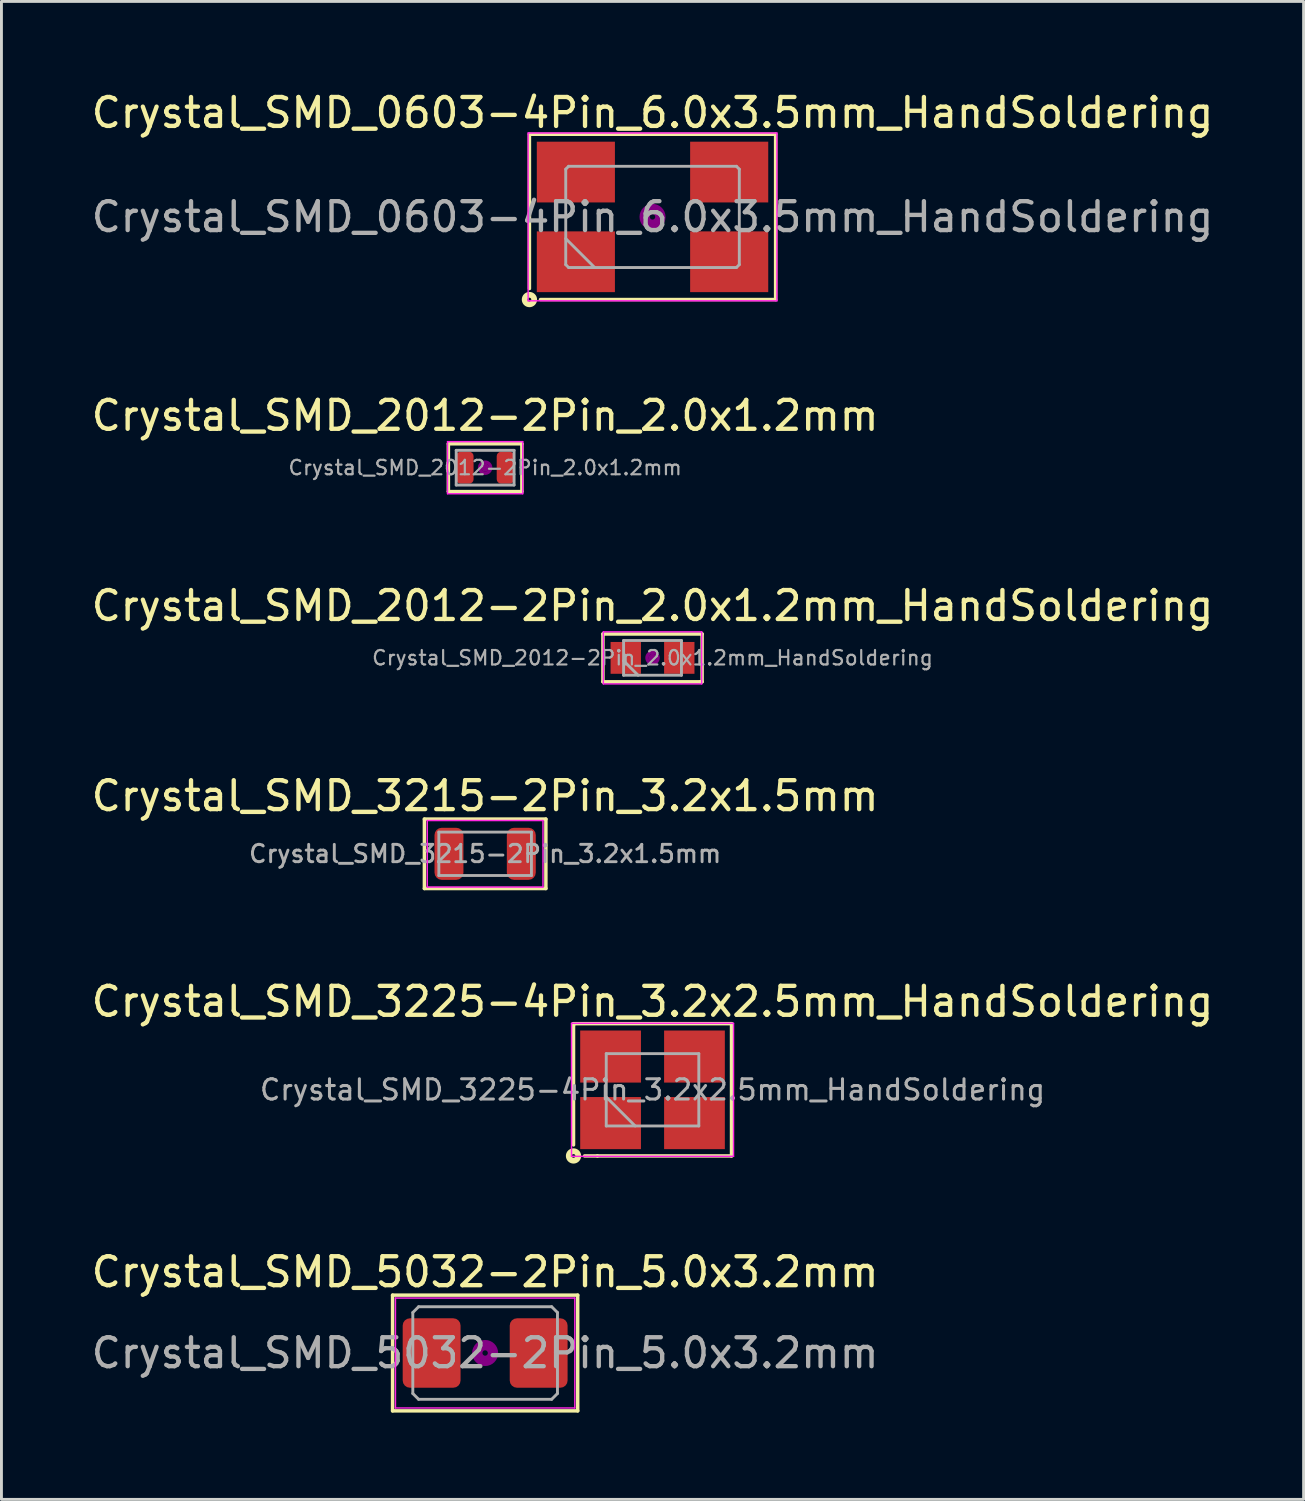
<source format=kicad_pcb>
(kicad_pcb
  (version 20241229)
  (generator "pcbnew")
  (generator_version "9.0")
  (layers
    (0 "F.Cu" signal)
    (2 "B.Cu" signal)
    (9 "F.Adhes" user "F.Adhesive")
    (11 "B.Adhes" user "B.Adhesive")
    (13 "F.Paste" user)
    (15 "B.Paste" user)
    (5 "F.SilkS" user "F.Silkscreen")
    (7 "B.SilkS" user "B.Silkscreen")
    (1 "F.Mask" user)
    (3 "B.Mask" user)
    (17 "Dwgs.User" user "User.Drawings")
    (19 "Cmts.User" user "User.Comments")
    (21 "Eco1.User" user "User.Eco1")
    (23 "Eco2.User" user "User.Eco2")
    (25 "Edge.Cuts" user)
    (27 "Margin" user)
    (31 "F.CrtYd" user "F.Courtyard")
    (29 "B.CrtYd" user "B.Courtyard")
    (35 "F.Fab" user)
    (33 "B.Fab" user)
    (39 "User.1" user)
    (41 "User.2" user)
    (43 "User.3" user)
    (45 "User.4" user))
  (footprint "Crystal_SMD_0603-4Pin_6.0x3.5mm_HandSoldering"
    (layer "F.Cu")
    (at 19.506 4.448)
    (property "Reference" "Crystal_SMD_0603-4Pin_6.0x3.5mm_HandSoldering" (at 0 -3.6 0) (layer "F.SilkS") (effects (font (size 1 1) (thickness 0.15))))
    (attr smd)
    (fp_line (start -4.255 -2.857) (end -4.255 2.477) (stroke (width 0.12) (type solid)) (layer "F.SilkS"))
    (fp_line (start -3.873 2.857) (end 4.255 2.857) (stroke (width 0.12) (type solid)) (layer "F.SilkS"))
    (fp_line (start 4.255 -2.857) (end -4.255 -2.857) (stroke (width 0.12) (type solid)) (layer "F.SilkS"))
    (fp_line (start 4.255 2.857) (end 4.255 -2.857) (stroke (width 0.12) (type solid)) (layer "F.SilkS"))
    (fp_circle (center -4.255 2.857) (end -4.191 2.857) (stroke (width 0.2) (type solid)) (fill no) (layer "F.SilkS"))
    (fp_circle (center 0 0) (end 0.093 0) (stroke (width 0.187) (type solid)) (fill no) (layer "F.Adhes"))
    (fp_circle (center 0 0) (end 0.213 0) (stroke (width 0.133) (type solid)) (fill no) (layer "F.Adhes"))
    (fp_circle (center 0 0) (end 0.333 0) (stroke (width 0.133) (type solid)) (fill no) (layer "F.Adhes"))
    (fp_circle (center 0 0) (end 0.4 0) (stroke (width 0.1) (type solid)) (fill no) (layer "F.Adhes"))
    (fp_line (start -4.3 -2.9) (end -4.3 2.9) (stroke (width 0.05) (type solid)) (layer "F.CrtYd"))
    (fp_line (start -4.3 2.9) (end 4.3 2.9) (stroke (width 0.05) (type solid)) (layer "F.CrtYd"))
    (fp_line (start 4.3 -2.9) (end -4.3 -2.9) (stroke (width 0.05) (type solid)) (layer "F.CrtYd"))
    (fp_line (start 4.3 2.9) (end 4.3 -2.9) (stroke (width 0.05) (type solid)) (layer "F.CrtYd"))
    (fp_line (start -3 -1.65) (end -2.9 -1.75) (stroke (width 0.1) (type solid)) (layer "F.Fab"))
    (fp_line (start -3 0.75) (end -2 1.75) (stroke (width 0.1) (type solid)) (layer "F.Fab"))
    (fp_line (start -3 1.65) (end -3 -1.65) (stroke (width 0.1) (type solid)) (layer "F.Fab"))
    (fp_line (start -2.9 -1.75) (end 2.9 -1.75) (stroke (width 0.1) (type solid)) (layer "F.Fab"))
    (fp_line (start -2.9 1.75) (end -3 1.65) (stroke (width 0.1) (type solid)) (layer "F.Fab"))
    (fp_line (start 2.9 -1.75) (end 3 -1.65) (stroke (width 0.1) (type solid)) (layer "F.Fab"))
    (fp_line (start 2.9 1.75) (end -2.9 1.75) (stroke (width 0.1) (type solid)) (layer "F.Fab"))
    (fp_line (start 3 -1.65) (end 3 1.65) (stroke (width 0.1) (type solid)) (layer "F.Fab"))
    (fp_line (start 3 1.65) (end 2.9 1.75) (stroke (width 0.1) (type solid)) (layer "F.Fab"))
    (fp_text user "${REFERENCE}" (at 0 0 0) (layer "F.Fab") (effects (font (size 1 1) (thickness 0.15))))
    (pad "1" smd rect (at -2.65 1.55) (size 2.7 2.1) (layers "F.Cu" "F.Mask" "F.Paste"))
    (pad "2" smd rect (at 2.65 1.55) (size 2.7 2.1) (layers "F.Cu" "F.Mask" "F.Paste"))
    (pad "3" smd rect (at 2.65 -1.55) (size 2.7 2.1) (layers "F.Cu" "F.Mask" "F.Paste"))
    (pad "4" smd rect (at -2.65 -1.55) (size 2.7 2.1) (layers "F.Cu" "F.Mask" "F.Paste")))
  (footprint "Crystal_SMD_5032-2Pin_5.0x3.2mm"
    (layer "F.Cu")
    (at 13.72 43.72)
    (property "Reference" "Crystal_SMD_5032-2Pin_5.0x3.2mm" (at 0 -2.8 0) (layer "F.SilkS") (effects (font (size 1 1) (thickness 0.15))))
    (attr smd)
    (fp_line (start -3.2 -2) (end -3.2 2) (stroke (width 0.12) (type solid)) (layer "F.SilkS"))
    (fp_line (start -3.2 2) (end 3.2 2) (stroke (width 0.12) (type solid)) (layer "F.SilkS"))
    (fp_line (start 3.2 -2) (end -3.2 -2) (stroke (width 0.12) (type solid)) (layer "F.SilkS"))
    (fp_line (start 3.2 2) (end 3.2 -2) (stroke (width 0.12) (type solid)) (layer "F.SilkS"))
    (fp_circle (center 0 0) (end 0.093 0) (stroke (width 0.187) (type solid)) (fill no) (layer "F.Adhes"))
    (fp_circle (center 0 0) (end 0.213 0) (stroke (width 0.133) (type solid)) (fill no) (layer "F.Adhes"))
    (fp_circle (center 0 0) (end 0.333 0) (stroke (width 0.133) (type solid)) (fill no) (layer "F.Adhes"))
    (fp_circle (center 0 0) (end 0.4 0) (stroke (width 0.1) (type solid)) (fill no) (layer "F.Adhes"))
    (fp_line (start -3.1 -1.9) (end -3.1 1.9) (stroke (width 0.05) (type solid)) (layer "F.CrtYd"))
    (fp_line (start -3.1 1.9) (end 3.1 1.9) (stroke (width 0.05) (type solid)) (layer "F.CrtYd"))
    (fp_line (start 3.1 -1.9) (end -3.1 -1.9) (stroke (width 0.05) (type solid)) (layer "F.CrtYd"))
    (fp_line (start 3.1 1.9) (end 3.1 -1.9) (stroke (width 0.05) (type solid)) (layer "F.CrtYd"))
    (fp_line (start -2.5 -1.4) (end -2.3 -1.6) (stroke (width 0.1) (type solid)) (layer "F.Fab"))
    (fp_line (start -2.5 1.4) (end -2.5 -1.4) (stroke (width 0.1) (type solid)) (layer "F.Fab"))
    (fp_line (start -2.3 -1.6) (end 2.3 -1.6) (stroke (width 0.1) (type solid)) (layer "F.Fab"))
    (fp_line (start -2.3 1.6) (end -2.5 1.4) (stroke (width 0.1) (type solid)) (layer "F.Fab"))
    (fp_line (start 2.3 -1.6) (end 2.5 -1.4) (stroke (width 0.1) (type solid)) (layer "F.Fab"))
    (fp_line (start 2.3 1.6) (end -2.3 1.6) (stroke (width 0.1) (type solid)) (layer "F.Fab"))
    (fp_line (start 2.5 -1.4) (end 2.5 1.4) (stroke (width 0.1) (type solid)) (layer "F.Fab"))
    (fp_line (start 2.5 1.4) (end 2.3 1.6) (stroke (width 0.1) (type solid)) (layer "F.Fab"))
    (fp_text user "${REFERENCE}" (at 0 0 0) (layer "F.Fab") (effects (font (size 1 1) (thickness 0.15))))
    (pad "1" smd roundrect (at -1.85 0) (size 2 2.4) (layers "F.Cu" "F.Mask" "F.Paste") (roundrect_rratio 0.125))
    (pad "2" smd roundrect (at 1.85 0) (size 2 2.4) (layers "F.Cu" "F.Mask" "F.Paste") (roundrect_rratio 0.125)))
  (footprint "Crystal_SMD_3225-4Pin_3.2x2.5mm_HandSoldering"
    (layer "F.Cu")
    (at 19.506 34.622)
    (property "Reference" "Crystal_SMD_3225-4Pin_3.2x2.5mm_HandSoldering" (at 0 -3.05 0) (layer "F.SilkS") (effects (font (size 1 1) (thickness 0.15))))
    (attr smd)
    (fp_line (start -2.731 -2.286) (end 2.731 -2.286) (stroke (width 0.12) (type solid)) (layer "F.SilkS"))
    (fp_line (start -2.731 -2.223) (end -2.731 -2.286) (stroke (width 0.12) (type solid)) (layer "F.SilkS"))
    (fp_line (start -2.731 1.905) (end -2.731 -2.223) (stroke (width 0.12) (type solid)) (layer "F.SilkS"))
    (fp_line (start -2.349 2.286) (end -1.905 2.286) (stroke (width 0.12) (type solid)) (layer "F.SilkS"))
    (fp_line (start 2.731 -2.286) (end 2.731 2.286) (stroke (width 0.12) (type solid)) (layer "F.SilkS"))
    (fp_line (start 2.731 2.286) (end -1.905 2.286) (stroke (width 0.12) (type solid)) (layer "F.SilkS"))
    (fp_circle (center -2.731 2.286) (end -2.667 2.286) (stroke (width 0.2) (type solid)) (fill no) (layer "F.SilkS"))
    (fp_line (start -2.8 -2.3) (end -2.8 2.3) (stroke (width 0.05) (type solid)) (layer "F.CrtYd"))
    (fp_line (start -2.8 2.3) (end 2.8 2.3) (stroke (width 0.05) (type solid)) (layer "F.CrtYd"))
    (fp_line (start 2.8 -2.3) (end -2.8 -2.3) (stroke (width 0.05) (type solid)) (layer "F.CrtYd"))
    (fp_line (start 2.8 2.3) (end 2.8 -2.3) (stroke (width 0.05) (type solid)) (layer "F.CrtYd"))
    (fp_line (start -1.6 -1.25) (end -1.6 1.25) (stroke (width 0.1) (type solid)) (layer "F.Fab"))
    (fp_line (start -1.6 0.25) (end -0.6 1.25) (stroke (width 0.1) (type solid)) (layer "F.Fab"))
    (fp_line (start -1.6 1.25) (end 1.6 1.25) (stroke (width 0.1) (type solid)) (layer "F.Fab"))
    (fp_line (start 1.6 -1.25) (end -1.6 -1.25) (stroke (width 0.1) (type solid)) (layer "F.Fab"))
    (fp_line (start 1.6 1.25) (end 1.6 -1.25) (stroke (width 0.1) (type solid)) (layer "F.Fab"))
    (fp_text user "${REFERENCE}" (at 0 0 0) (layer "F.Fab") (effects (font (size 0.7 0.7) (thickness 0.105))))
    (pad "1" smd rect (at -1.45 1.15) (size 2.1 1.8) (layers "F.Cu" "F.Mask" "F.Paste"))
    (pad "2" smd rect (at 1.45 1.15) (size 2.1 1.8) (layers "F.Cu" "F.Mask" "F.Paste"))
    (pad "3" smd rect (at 1.45 -1.15) (size 2.1 1.8) (layers "F.Cu" "F.Mask" "F.Paste"))
    (pad "4" smd rect (at -1.45 -1.15) (size 2.1 1.8) (layers "F.Cu" "F.Mask" "F.Paste")))
  (footprint "Crystal_SMD_2012-2Pin_2.0x1.2mm"
    (layer "F.Cu")
    (at 13.72 13.117)
    (property "Reference" "Crystal_SMD_2012-2Pin_2.0x1.2mm" (at 0 -1.8 0) (layer "F.SilkS") (effects (font (size 1 1) (thickness 0.15))))
    (attr smd)
    (fp_line (start -1.27 -0.826) (end -1.27 0.826) (stroke (width 0.12) (type solid)) (layer "F.SilkS"))
    (fp_line (start -1.27 0.826) (end 1.27 0.826) (stroke (width 0.12) (type solid)) (layer "F.SilkS"))
    (fp_line (start 1.27 -0.826) (end -1.27 -0.826) (stroke (width 0.12) (type solid)) (layer "F.SilkS"))
    (fp_line (start 1.27 0.826) (end 1.27 -0.826) (stroke (width 0.12) (type solid)) (layer "F.SilkS"))
    (fp_circle (center 0 0) (end 0.047 0) (stroke (width 0.093) (type solid)) (fill no) (layer "F.Adhes"))
    (fp_circle (center 0 0) (end 0.107 0) (stroke (width 0.067) (type solid)) (fill no) (layer "F.Adhes"))
    (fp_circle (center 0 0) (end 0.167 0) (stroke (width 0.067) (type solid)) (fill no) (layer "F.Adhes"))
    (fp_circle (center 0 0) (end 0.2 0) (stroke (width 0.1) (type solid)) (fill no) (layer "F.Adhes"))
    (fp_line (start -1.3 -0.9) (end -1.3 0.9) (stroke (width 0.05) (type solid)) (layer "F.CrtYd"))
    (fp_line (start -1.3 0.9) (end 1.3 0.9) (stroke (width 0.05) (type solid)) (layer "F.CrtYd"))
    (fp_line (start 1.3 -0.9) (end -1.3 -0.9) (stroke (width 0.05) (type solid)) (layer "F.CrtYd"))
    (fp_line (start 1.3 0.9) (end 1.3 -0.9) (stroke (width 0.05) (type solid)) (layer "F.CrtYd"))
    (fp_line (start -1 -0.6) (end -1 0.6) (stroke (width 0.1) (type solid)) (layer "F.Fab"))
    (fp_line (start -1 0.6) (end 1 0.6) (stroke (width 0.1) (type solid)) (layer "F.Fab"))
    (fp_line (start 1 -0.6) (end -1 -0.6) (stroke (width 0.1) (type solid)) (layer "F.Fab"))
    (fp_line (start 1 0.6) (end 1 -0.6) (stroke (width 0.1) (type solid)) (layer "F.Fab"))
    (fp_text user "${REFERENCE}" (at 0 0 0) (layer "F.Fab") (effects (font (size 0.5 0.5) (thickness 0.075))))
    (pad "1" smd roundrect (at -0.7 0) (size 0.6 1.1) (layers "F.Cu" "F.Mask" "F.Paste") (roundrect_rratio 0.25))
    (pad "2" smd roundrect (at 0.7 0) (size 0.6 1.1) (layers "F.Cu" "F.Mask" "F.Paste") (roundrect_rratio 0.25)))
  (footprint "Crystal_SMD_2012-2Pin_2.0x1.2mm_HandSoldering"
    (layer "F.Cu")
    (at 19.506 19.691)
    (property "Reference" "Crystal_SMD_2012-2Pin_2.0x1.2mm_HandSoldering" (at 0 -1.8 0) (layer "F.SilkS") (effects (font (size 1 1) (thickness 0.15))))
    (attr smd)
    (fp_line (start -1.714 -0.826) (end -1.714 0.826) (stroke (width 0.12) (type solid)) (layer "F.SilkS"))
    (fp_line (start -1.714 0.826) (end 1.651 0.826) (stroke (width 0.12) (type solid)) (layer "F.SilkS"))
    (fp_line (start 1.651 0.826) (end 1.714 0.826) (stroke (width 0.12) (type solid)) (layer "F.SilkS"))
    (fp_line (start 1.714 -0.826) (end -1.714 -0.826) (stroke (width 0.12) (type solid)) (layer "F.SilkS"))
    (fp_line (start 1.714 0.826) (end 1.714 -0.826) (stroke (width 0.12) (type solid)) (layer "F.SilkS"))
    (fp_circle (center 0 0) (end 0.047 0) (stroke (width 0.093) (type solid)) (fill no) (layer "F.Adhes"))
    (fp_circle (center 0 0) (end 0.107 0) (stroke (width 0.067) (type solid)) (fill no) (layer "F.Adhes"))
    (fp_circle (center 0 0) (end 0.167 0) (stroke (width 0.067) (type solid)) (fill no) (layer "F.Adhes"))
    (fp_circle (center 0 0) (end 0.2 0) (stroke (width 0.1) (type solid)) (fill no) (layer "F.Adhes"))
    (fp_line (start -1.7 -0.9) (end -1.7 0.9) (stroke (width 0.05) (type solid)) (layer "F.CrtYd"))
    (fp_line (start -1.7 0.9) (end 1.7 0.9) (stroke (width 0.05) (type solid)) (layer "F.CrtYd"))
    (fp_line (start 1.7 -0.9) (end -1.7 -0.9) (stroke (width 0.05) (type solid)) (layer "F.CrtYd"))
    (fp_line (start 1.7 0.9) (end 1.7 -0.9) (stroke (width 0.05) (type solid)) (layer "F.CrtYd"))
    (fp_line (start -1 -0.6) (end -1 0.6) (stroke (width 0.1) (type solid)) (layer "F.Fab"))
    (fp_line (start -1 0.1) (end -0.5 0.6) (stroke (width 0.1) (type solid)) (layer "F.Fab"))
    (fp_line (start -1 0.6) (end 1 0.6) (stroke (width 0.1) (type solid)) (layer "F.Fab"))
    (fp_line (start 1 -0.6) (end -1 -0.6) (stroke (width 0.1) (type solid)) (layer "F.Fab"))
    (fp_line (start 1 0.6) (end 1 -0.6) (stroke (width 0.1) (type solid)) (layer "F.Fab"))
    (fp_text user "${REFERENCE}" (at 0 0 0) (layer "F.Fab") (effects (font (size 0.5 0.5) (thickness 0.075))))
    (pad "1" smd rect (at -0.925 0) (size 1.05 1.1) (layers "F.Cu" "F.Mask" "F.Paste"))
    (pad "2" smd rect (at 0.925 0) (size 1.05 1.1) (layers "F.Cu" "F.Mask" "F.Paste")))
  (footprint "Crystal_SMD_3215-2Pin_3.2x1.5mm"
    (layer "F.Cu")
    (at 13.72 26.464)
    (property "Reference" "Crystal_SMD_3215-2Pin_3.2x1.5mm" (at 0 -2 0) (layer "F.SilkS") (effects (font (size 1 1) (thickness 0.15))))
    (attr smd)
    (fp_line (start -2.1 -1.2) (end -2.1 1.2) (stroke (width 0.12) (type solid)) (layer "F.SilkS"))
    (fp_line (start -2.1 1.2) (end 2.1 1.2) (stroke (width 0.12) (type solid)) (layer "F.SilkS"))
    (fp_line (start 2.1 -1.2) (end -2.1 -1.2) (stroke (width 0.12) (type solid)) (layer "F.SilkS"))
    (fp_line (start 2.1 1.2) (end 2.1 -1.2) (stroke (width 0.12) (type solid)) (layer "F.SilkS"))
    (fp_line (start -2 -1.15) (end -2 1.15) (stroke (width 0.05) (type solid)) (layer "F.CrtYd"))
    (fp_line (start -2 -1.15) (end 2 -1.15) (stroke (width 0.05) (type solid)) (layer "F.CrtYd"))
    (fp_line (start -2 1.15) (end 2 1.15) (stroke (width 0.05) (type solid)) (layer "F.CrtYd"))
    (fp_line (start 2 -1.15) (end 2 1.15) (stroke (width 0.05) (type solid)) (layer "F.CrtYd"))
    (fp_line (start -1.6 -0.75) (end -1.6 0.75) (stroke (width 0.1) (type solid)) (layer "F.Fab"))
    (fp_line (start -1.6 -0.75) (end 1.6 -0.75) (stroke (width 0.1) (type solid)) (layer "F.Fab"))
    (fp_line (start -1.6 0.75) (end 1.6 0.75) (stroke (width 0.1) (type solid)) (layer "F.Fab"))
    (fp_line (start 1.6 -0.75) (end 1.6 0.75) (stroke (width 0.1) (type solid)) (layer "F.Fab"))
    (fp_text user "${REFERENCE}" (at 0 0 0) (layer "F.Fab") (effects (font (size 0.6 0.6) (thickness 0.1))))
    (pad "1" smd roundrect (at 1.25 0) (size 1 1.8) (layers "F.Cu" "F.Mask" "F.Paste") (roundrect_rratio 0.25))
    (pad "2" smd roundrect (at -1.25 0) (size 1 1.8) (layers "F.Cu" "F.Mask" "F.Paste") (roundrect_rratio 0.25)))
  (gr_rect
    (start -3 -3)
    (end 42.012 48.78)
    (stroke (width 0.1) (type default))
    (fill no)
    (layer "Edge.Cuts")))
</source>
